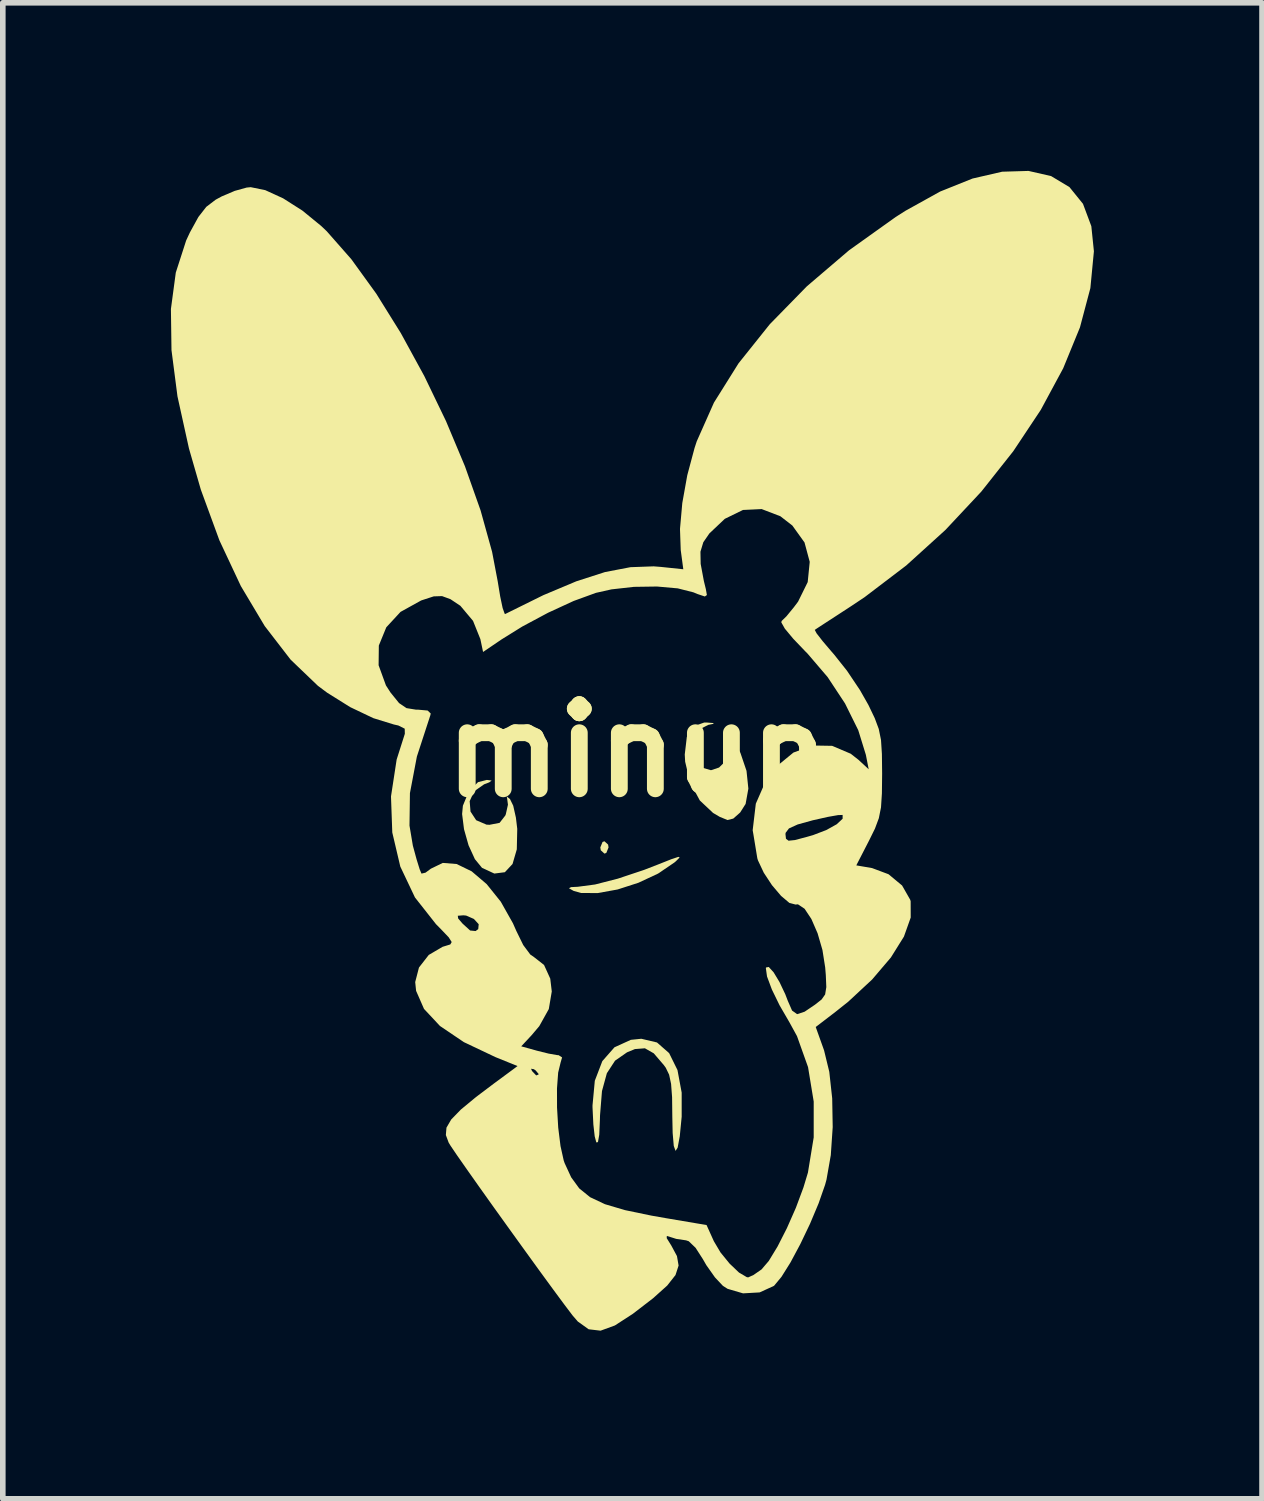
<source format=kicad_pcb>
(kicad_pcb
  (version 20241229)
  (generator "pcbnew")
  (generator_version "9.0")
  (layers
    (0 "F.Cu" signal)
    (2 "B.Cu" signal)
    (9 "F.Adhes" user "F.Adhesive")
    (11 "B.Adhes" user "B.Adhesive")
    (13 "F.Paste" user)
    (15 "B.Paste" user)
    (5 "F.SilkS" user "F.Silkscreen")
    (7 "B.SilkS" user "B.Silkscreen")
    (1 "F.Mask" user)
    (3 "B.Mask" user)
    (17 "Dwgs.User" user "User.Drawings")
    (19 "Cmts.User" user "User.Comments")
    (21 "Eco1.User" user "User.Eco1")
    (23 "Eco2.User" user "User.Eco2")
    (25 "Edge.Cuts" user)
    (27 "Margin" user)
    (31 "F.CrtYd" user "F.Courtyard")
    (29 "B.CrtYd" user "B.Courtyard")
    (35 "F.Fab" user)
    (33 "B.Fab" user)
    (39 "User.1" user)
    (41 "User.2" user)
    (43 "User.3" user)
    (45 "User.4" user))
  (footprint "minun"
    (layer "F.Cu")
    (at 8.323 10.347)
    (property "Reference" "minun" (at 0 0 0) (layer "F.SilkS") (effects (font (size 1.5 1.5) (thickness 0.3))))
    (attr board_only exclude_from_pos_files exclude_from_bom)
    (fp_poly (pts (xy -2.423 0.624) (xy -2.459 0.661) (xy -2.496 0.624) (xy -2.459 0.587)) (stroke (width 0) (type solid)) (fill yes) (layer "F.SilkS"))
    (fp_poly (pts (xy -0.522 1.674) (xy -0.514 1.725) (xy -0.554 1.823) (xy -0.587 1.835) (xy -0.652 1.776) (xy -0.661 1.725) (xy -0.621 1.627) (xy -0.587 1.615)) (stroke (width 0) (type solid)) (fill yes) (layer "F.SilkS"))
    (fp_poly (pts (xy 0.755 1.904) (xy 0.693 1.966) (xy 0.661 1.994) (xy 0.371 2.191) (xy 0.02 2.355) (xy -0.352 2.475) (xy -0.706 2.539) (xy -1.003 2.538) (xy -1.138 2.5) (xy -1.221 2.453) (xy -1.182 2.433) (xy -1.064 2.427) (xy -0.754 2.386) (xy -0.348 2.282) (xy 0.122 2.125) (xy 0.367 2.03) (xy 0.609 1.934) (xy 0.733 1.893)) (stroke (width 0) (type solid)) (fill yes) (layer "F.SilkS"))
    (fp_poly (pts (xy -2.6 0.531) (xy -2.642 0.563) (xy -2.735 0.599) (xy -2.912 0.723) (xy -2.992 0.899) (xy -2.977 1.085) (xy -2.876 1.239) (xy -2.692 1.318) (xy -2.638 1.321) (xy -2.458 1.286) (xy -2.356 1.155) (xy -2.347 1.132) (xy -2.309 0.962) (xy -2.323 0.856) (xy -2.33 0.816) (xy -2.273 0.861) (xy -2.215 0.98) (xy -2.167 1.193) (xy -2.143 1.393) (xy -2.151 1.759) (xy -2.227 2.02) (xy -2.364 2.167) (xy -2.552 2.191) (xy -2.772 2.089) (xy -2.899 1.934) (xy -3.012 1.687) (xy -3.093 1.4) (xy -3.127 1.129) (xy -3.113 0.98) (xy -3.006 0.721) (xy -2.843 0.56) (xy -2.686 0.52)) (stroke (width 0) (type solid)) (fill yes) (layer "F.SilkS"))
    (fp_poly (pts (xy 1.239 -0.504) (xy 1.364 -0.494) (xy 1.349 -0.479) (xy 1.265 -0.462) (xy 1.101 -0.378) (xy 0.981 -0.252) (xy 0.906 -0.112) (xy 0.921 0.002) (xy 0.987 0.114) (xy 1.148 0.299) (xy 1.314 0.347) (xy 1.458 0.299) (xy 1.619 0.14) (xy 1.661 -0.078) (xy 1.615 -0.236) (xy 1.562 -0.351) (xy 1.583 -0.343) (xy 1.656 -0.257) (xy 1.838 0.034) (xy 1.948 0.358) (xy 1.981 0.676) (xy 1.932 0.948) (xy 1.835 1.101) (xy 1.712 1.21) (xy 1.609 1.236) (xy 1.47 1.179) (xy 1.352 1.11) (xy 1.115 0.887) (xy 0.942 0.567) (xy 0.853 0.195) (xy 0.846 0.066) (xy 0.883 -0.246) (xy 0.998 -0.435) (xy 1.193 -0.504)) (stroke (width 0) (type solid)) (fill yes) (layer "F.SilkS"))
    (fp_poly (pts (xy 0.35 5.205) (xy 0.567 5.395) (xy 0.716 5.697) (xy 0.791 6.1) (xy 0.791 6.531) (xy 0.757 6.879) (xy 0.719 7.082) (xy 0.682 7.14) (xy 0.65 7.052) (xy 0.63 6.819) (xy 0.624 6.534) (xy 0.62 6.183) (xy 0.602 5.944) (xy 0.567 5.78) (xy 0.507 5.656) (xy 0.473 5.609) (xy 0.293 5.399) (xy 0.135 5.309) (xy -0.043 5.323) (xy -0.184 5.381) (xy -0.398 5.53) (xy -0.544 5.754) (xy -0.631 6.072) (xy -0.666 6.506) (xy -0.668 6.586) (xy -0.68 6.852) (xy -0.703 6.983) (xy -0.732 6.989) (xy -0.761 6.88) (xy -0.785 6.668) (xy -0.8 6.362) (xy -0.8 6.328) (xy -0.759 5.888) (xy -0.625 5.538) (xy -0.408 5.291) (xy -0.116 5.158) (xy 0.071 5.139)) (stroke (width 0) (type solid)) (fill yes) (layer "F.SilkS"))
    (fp_poly (pts (xy 7.383 -10.255) (xy 7.71 -10.059) (xy 7.952 -9.76) (xy 8.101 -9.361) (xy 8.147 -8.913) (xy 8.084 -8.256) (xy 7.898 -7.555) (xy 7.599 -6.825) (xy 7.199 -6.083) (xy 6.708 -5.345) (xy 6.138 -4.625) (xy 5.498 -3.941) (xy 4.799 -3.307) (xy 4.054 -2.74) (xy 3.817 -2.582) (xy 3.553 -2.41) (xy 3.339 -2.271) (xy 3.201 -2.181) (xy 3.166 -2.157) (xy 3.198 -2.096) (xy 3.307 -1.956) (xy 3.471 -1.763) (xy 3.508 -1.721) (xy 3.741 -1.428) (xy 3.971 -1.085) (xy 4.123 -0.818) (xy 4.236 -0.582) (xy 4.308 -0.389) (xy 4.348 -0.192) (xy 4.364 0.058) (xy 4.368 0.406) (xy 4.368 0.41) (xy 4.364 0.76) (xy 4.348 1.01) (xy 4.309 1.204) (xy 4.24 1.389) (xy 4.137 1.598) (xy 3.907 2.045) (xy 4.188 2.093) (xy 4.482 2.203) (xy 4.724 2.404) (xy 4.869 2.658) (xy 4.877 2.685) (xy 4.878 2.976) (xy 4.757 3.316) (xy 4.524 3.689) (xy 4.19 4.081) (xy 3.764 4.477) (xy 3.533 4.661) (xy 3.183 4.929) (xy 3.332 5.346) (xy 3.425 5.729) (xy 3.477 6.203) (xy 3.486 6.715) (xy 3.452 7.216) (xy 3.375 7.654) (xy 3.35 7.745) (xy 3.234 8.077) (xy 3.081 8.441) (xy 2.908 8.803) (xy 2.733 9.13) (xy 2.572 9.387) (xy 2.443 9.543) (xy 2.434 9.55) (xy 2.183 9.665) (xy 1.886 9.682) (xy 1.61 9.601) (xy 1.527 9.548) (xy 1.385 9.397) (xy 1.231 9.179) (xy 1.169 9.071) (xy 1.039 8.869) (xy 0.917 8.752) (xy 0.869 8.736) (xy 0.694 8.71) (xy 0.612 8.684) (xy 0.526 8.658) (xy 0.524 8.697) (xy 0.606 8.829) (xy 0.707 9.017) (xy 0.736 9.186) (xy 0.681 9.355) (xy 0.533 9.543) (xy 0.281 9.769) (xy -0.08 10.047) (xy -0.401 10.255) (xy -0.656 10.348) (xy -0.869 10.323) (xy -1.063 10.184) (xy -1.156 10.076) (xy -1.302 9.883) (xy -1.503 9.611) (xy -1.745 9.28) (xy -2.012 8.911) (xy -2.291 8.524) (xy -2.566 8.141) (xy -2.823 7.78) (xy -3.046 7.464) (xy -3.222 7.212) (xy -3.335 7.045) (xy -3.367 6.992) (xy -3.417 6.857) (xy -3.406 6.725) (xy -3.321 6.579) (xy -3.149 6.402) (xy -2.878 6.178) (xy -2.556 5.935) (xy -2.202 5.674) (xy -1.897 5.674) (xy -1.879 5.715) (xy -1.805 5.793) (xy -1.763 5.777) (xy -1.762 5.767) (xy -1.814 5.705) (xy -1.847 5.682) (xy -1.897 5.674) (xy -2.202 5.674) (xy -2.138 5.626) (xy -2.531 5.467) (xy -3.096 5.199) (xy -3.522 4.911) (xy -3.807 4.606) (xy -3.948 4.284) (xy -3.964 4.127) (xy -3.897 3.868) (xy -3.722 3.643) (xy -3.475 3.498) (xy -3.429 3.484) (xy -3.338 3.456) (xy -3.313 3.413) (xy -3.366 3.329) (xy -3.508 3.18) (xy -3.593 3.094) (xy -3.711 2.944) (xy -3.204 2.944) (xy -3.197 2.993) (xy -3.12 3.083) (xy -2.984 3.207) (xy -2.886 3.217) (xy -2.839 3.182) (xy -2.831 3.095) (xy -2.917 3.001) (xy -3.054 2.941) (xy -3.104 2.936) (xy -3.204 2.944) (xy -3.711 2.944) (xy -3.968 2.618) (xy -4.23 2.066) (xy -4.373 1.458) (xy -4.396 0.815) (xy -4.295 0.156) (xy -4.149 -0.303) (xy -4.151 -0.394) (xy -4.265 -0.451) (xy -4.345 -0.469) (xy -4.711 -0.582) (xy -5.124 -0.779) (xy -5.535 -1.036) (xy -5.7 -1.159) (xy -6.083 -1.526) (xy -4.617 -1.526) (xy -4.486 -1.166) (xy -4.404 -1.039) (xy -4.252 -0.851) (xy -4.119 -0.761) (xy -3.953 -0.734) (xy -3.919 -0.734) (xy -3.742 -0.718) (xy -3.687 -0.665) (xy -3.694 -0.633) (xy -3.934 0.103) (xy -4.058 0.756) (xy -4.066 1.335) (xy -4.006 1.692) (xy -3.94 1.935) (xy -3.884 2.116) (xy -3.852 2.192) (xy -3.78 2.175) (xy -3.684 2.104) (xy -3.472 2.001) (xy -3.224 2.021) (xy -2.957 2.151) (xy -2.689 2.379) (xy -2.437 2.693) (xy -2.22 3.078) (xy -2.16 3.214) (xy -2.036 3.467) (xy -1.91 3.636) (xy -1.845 3.681) (xy -1.665 3.822) (xy -1.554 4.066) (xy -1.527 4.295) (xy -1.58 4.609) (xy -1.75 4.914) (xy -1.889 5.078) (xy -2.072 5.274) (xy -1.788 5.353) (xy -1.582 5.404) (xy -1.427 5.431) (xy -1.405 5.432) (xy -1.343 5.472) (xy -1.369 5.561) (xy -1.413 5.743) (xy -1.434 6.027) (xy -1.433 6.368) (xy -1.412 6.725) (xy -1.371 7.054) (xy -1.314 7.311) (xy -1.298 7.357) (xy -1.181 7.611) (xy -1.037 7.809) (xy -0.843 7.966) (xy -0.578 8.091) (xy -0.22 8.197) (xy 0.252 8.295) (xy 0.526 8.343) (xy 1.235 8.463) (xy 1.365 8.751) (xy 1.484 8.952) (xy 1.646 9.151) (xy 1.814 9.311) (xy 1.953 9.393) (xy 1.978 9.397) (xy 2.071 9.355) (xy 2.215 9.256) (xy 2.215 9.256) (xy 2.345 9.104) (xy 2.502 8.846) (xy 2.669 8.518) (xy 2.829 8.155) (xy 2.964 7.792) (xy 3.044 7.527) (xy 3.147 6.899) (xy 3.147 6.259) (xy 3.046 5.645) (xy 2.849 5.092) (xy 2.713 4.844) (xy 2.539 4.544) (xy 2.401 4.261) (xy 2.314 4.028) (xy 2.293 3.878) (xy 2.296 3.867) (xy 2.345 3.858) (xy 2.432 3.954) (xy 2.536 4.126) (xy 2.64 4.345) (xy 2.684 4.46) (xy 2.761 4.636) (xy 2.851 4.7) (xy 2.985 4.656) (xy 3.17 4.531) (xy 3.288 4.438) (xy 3.351 4.348) (xy 3.372 4.217) (xy 3.363 4.002) (xy 3.352 3.867) (xy 3.303 3.555) (xy 3.216 3.256) (xy 3.105 3.001) (xy 2.984 2.819) (xy 2.866 2.74) (xy 2.823 2.744) (xy 2.713 2.715) (xy 2.564 2.589) (xy 2.402 2.398) (xy 2.256 2.176) (xy 2.152 1.955) (xy 2.141 1.919) (xy 2.07 1.487) (xy 2.643 1.487) (xy 2.652 1.57) (xy 2.698 1.605) (xy 2.813 1.593) (xy 3.027 1.536) (xy 3.135 1.505) (xy 3.371 1.415) (xy 3.558 1.311) (xy 3.663 1.213) (xy 3.663 1.145) (xy 3.582 1.148) (xy 3.399 1.18) (xy 3.151 1.236) (xy 3.139 1.238) (xy 2.861 1.315) (xy 2.705 1.386) (xy 2.646 1.464) (xy 2.643 1.487) (xy 2.07 1.487) (xy 2.058 1.418) (xy 2.114 0.944) (xy 2.303 0.512) (xy 2.472 0.289) (xy 2.785 0.032) (xy 3.128 -0.094) (xy 3.476 -0.088) (xy 3.808 0.053) (xy 3.948 0.163) (xy 4.128 0.33) (xy 4.078 0.073) (xy 3.942 -0.367) (xy 3.706 -0.844) (xy 3.396 -1.314) (xy 3.037 -1.734) (xy 2.999 -1.772) (xy 2.781 -2) (xy 2.632 -2.179) (xy 2.569 -2.291) (xy 2.575 -2.316) (xy 2.661 -2.4) (xy 2.792 -2.56) (xy 2.868 -2.661) (xy 3.04 -3.01) (xy 3.076 -3.371) (xy 2.983 -3.717) (xy 2.766 -4.019) (xy 2.552 -4.185) (xy 2.218 -4.313) (xy 1.885 -4.297) (xy 1.561 -4.139) (xy 1.286 -3.879) (xy 1.177 -3.721) (xy 1.126 -3.552) (xy 1.13 -3.334) (xy 1.187 -3.029) (xy 1.223 -2.882) (xy 1.241 -2.779) (xy 1.204 -2.753) (xy 1.076 -2.796) (xy 1.001 -2.827) (xy 0.721 -2.898) (xy 0.351 -2.931) (xy -0.061 -2.925) (xy -0.462 -2.88) (xy -0.739 -2.818) (xy -1.137 -2.673) (xy -1.593 -2.463) (xy -2.053 -2.217) (xy -2.423 -1.987) (xy -2.753 -1.763) (xy -2.801 -1.992) (xy -2.932 -2.318) (xy -3.158 -2.587) (xy -3.335 -2.705) (xy -3.485 -2.76) (xy -3.634 -2.755) (xy -3.846 -2.686) (xy -3.858 -2.682) (xy -4.226 -2.478) (xy -4.48 -2.203) (xy -4.613 -1.878) (xy -4.617 -1.526) (xy -6.083 -1.526) (xy -6.188 -1.627) (xy -6.649 -2.225) (xy -7.075 -2.939) (xy -7.458 -3.755) (xy -7.789 -4.659) (xy -8.001 -5.394) (xy -8.206 -6.323) (xy -8.313 -7.15) (xy -8.323 -7.884) (xy -8.236 -8.533) (xy -8.051 -9.106) (xy -7.984 -9.25) (xy -7.833 -9.525) (xy -7.692 -9.706) (xy -7.524 -9.834) (xy -7.417 -9.892) (xy -7.184 -9.991) (xy -6.971 -10.05) (xy -6.899 -10.057) (xy -6.64 -10.004) (xy -6.321 -9.858) (xy -5.977 -9.639) (xy -5.643 -9.366) (xy -5.542 -9.27) (xy -5.104 -8.772) (xy -4.659 -8.157) (xy -4.22 -7.452) (xy -3.801 -6.685) (xy -3.415 -5.884) (xy -3.076 -5.076) (xy -2.797 -4.288) (xy -2.592 -3.55) (xy -2.492 -3.025) (xy -2.447 -2.752) (xy -2.404 -2.548) (xy -2.368 -2.446) (xy -2.359 -2.44) (xy -1.677 -2.777) (xy -1.089 -3.024) (xy -0.577 -3.189) (xy -0.123 -3.276) (xy 0.291 -3.291) (xy 0.419 -3.281) (xy 0.82 -3.239) (xy 0.774 -3.583) (xy 0.761 -3.959) (xy 0.802 -4.42) (xy 0.891 -4.917) (xy 1.021 -5.403) (xy 1.06 -5.522) (xy 1.367 -6.213) (xy 1.806 -6.914) (xy 2.363 -7.611) (xy 3.025 -8.288) (xy 3.778 -8.931) (xy 4.61 -9.525) (xy 4.783 -9.635) (xy 5.403 -9.979) (xy 5.981 -10.211) (xy 6.51 -10.333) (xy 6.98 -10.347)) (stroke (width 0) (type solid)) (fill yes) (layer "F.SilkS")))
  (gr_rect
    (start -3 -3)
    (end 19.47 23.695)
    (stroke (width 0.1) (type default))
    (fill no)
    (layer "Edge.Cuts")))
</source>
